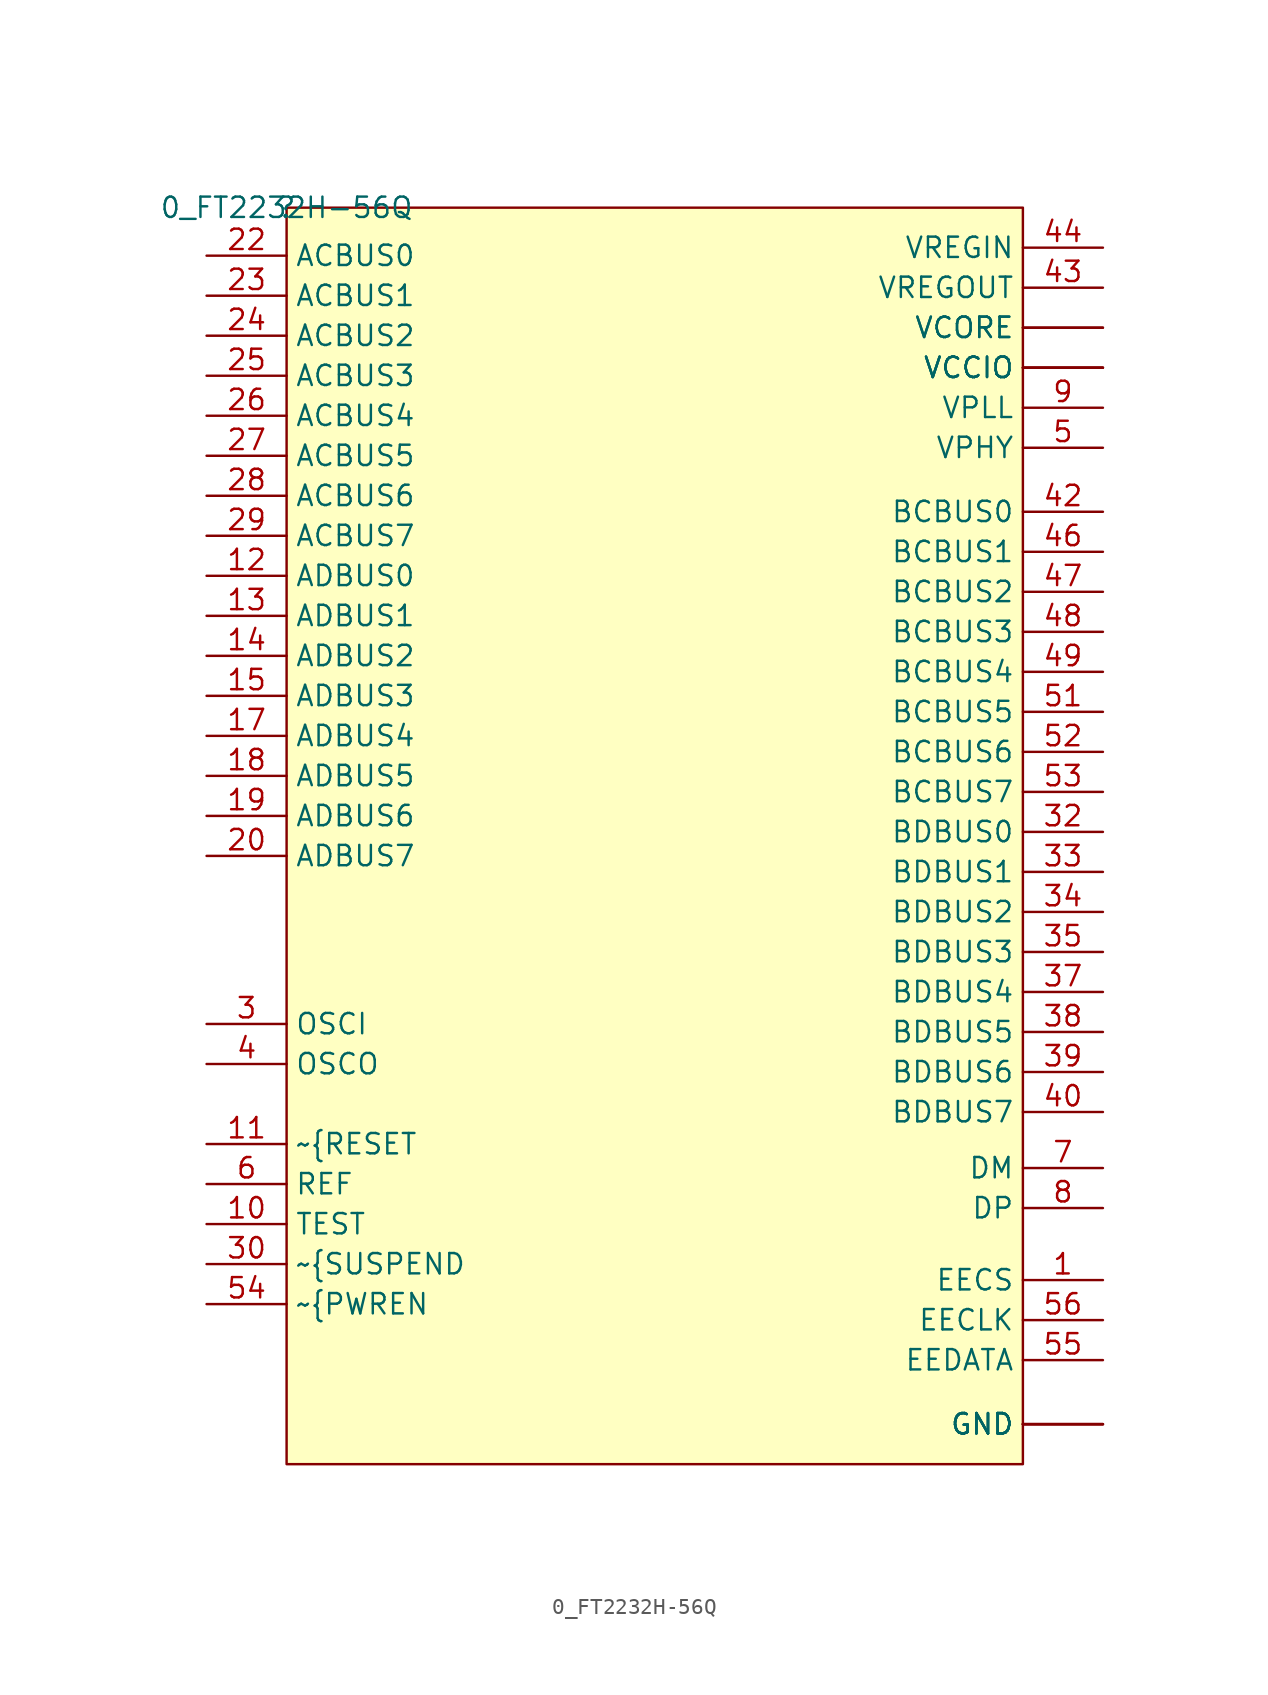
<source format=kicad_sym>
(kicad_symbol_lib
  (version 20210619)
  (generator kicad_symbol_editor)
  (symbol "e-verest-altium-import:0_FT2232H-56Q"
    (property "Reference" ""
      (at 0 0 0)
      (effects (font (size 1.27 1.27))))
    (property "Value" "0_FT2232H-56Q"
      (at 0 0 0)
      (effects (font (size 1.27 1.27))))
    (symbol "0_FT2232H-56Q_1_0"
      (rectangle (start 46 0) (end 0 -78.5) (stroke (width 0)) (fill (type background)))
      (pin passive line (at 51 -19 180) (length 5) (name "BCBUS0" (effects (font (size 1.27 1.27)))) (number "42" (effects (font (size 1.27 1.27)))))
      (pin passive line (at 51 -67 180) (length 5) (name "EECS" (effects (font (size 1.27 1.27)))) (number "1" (effects (font (size 1.27 1.27)))))
      (pin passive line (at -5 -63.5 0) (length 5) (name "TEST" (effects (font (size 1.27 1.27)))) (number "10" (effects (font (size 1.27 1.27)))))
      (pin passive line (at -5 -58.5 0) (length 5) (name "~{RESET" (effects (font (size 1.27 1.27)))) (number "11" (effects (font (size 1.27 1.27)))))
      (pin passive line (at -5 -23 0) (length 5) (name "ADBUS0" (effects (font (size 1.27 1.27)))) (number "12" (effects (font (size 1.27 1.27)))))
      (pin passive line (at -5 -25.5 0) (length 5) (name "ADBUS1" (effects (font (size 1.27 1.27)))) (number "13" (effects (font (size 1.27 1.27)))))
      (pin passive line (at -5 -28 0) (length 5) (name "ADBUS2" (effects (font (size 1.27 1.27)))) (number "14" (effects (font (size 1.27 1.27)))))
      (pin passive line (at -5 -30.5 0) (length 5) (name "ADBUS3" (effects (font (size 1.27 1.27)))) (number "15" (effects (font (size 1.27 1.27)))))
      (pin passive line (at 51 -10 180) (length 5) (name "VCCIO" (effects (font (size 1.27 1.27)))) (number "16" (effects (font (size 0 0)))))
      (pin passive line (at -5 -33 0) (length 5) (name "ADBUS4" (effects (font (size 1.27 1.27)))) (number "17" (effects (font (size 1.27 1.27)))))
      (pin passive line (at -5 -35.5 0) (length 5) (name "ADBUS5" (effects (font (size 1.27 1.27)))) (number "18" (effects (font (size 1.27 1.27)))))
      (pin passive line (at -5 -38 0) (length 5) (name "ADBUS6" (effects (font (size 1.27 1.27)))) (number "19" (effects (font (size 1.27 1.27)))))
      (pin passive line (at 51 -7.5 180) (length 5) (name "VCORE" (effects (font (size 1.27 1.27)))) (number "2" (effects (font (size 0 0)))))
      (pin passive line (at -5 -40.5 0) (length 5) (name "ADBUS7" (effects (font (size 1.27 1.27)))) (number "20" (effects (font (size 1.27 1.27)))))
      (pin passive line (at 51 -76 180) (length 5) (name "GND" (effects (font (size 1.27 1.27)))) (number "21" (effects (font (size 0 0)))))
      (pin passive line (at -5 -3 0) (length 5) (name "ACBUS0" (effects (font (size 1.27 1.27)))) (number "22" (effects (font (size 1.27 1.27)))))
      (pin passive line (at -5 -5.5 0) (length 5) (name "ACBUS1" (effects (font (size 1.27 1.27)))) (number "23" (effects (font (size 1.27 1.27)))))
      (pin passive line (at -5 -8 0) (length 5) (name "ACBUS2" (effects (font (size 1.27 1.27)))) (number "24" (effects (font (size 1.27 1.27)))))
      (pin passive line (at -5 -10.5 0) (length 5) (name "ACBUS3" (effects (font (size 1.27 1.27)))) (number "25" (effects (font (size 1.27 1.27)))))
      (pin passive line (at -5 -13 0) (length 5) (name "ACBUS4" (effects (font (size 1.27 1.27)))) (number "26" (effects (font (size 1.27 1.27)))))
      (pin passive line (at -5 -15.5 0) (length 5) (name "ACBUS5" (effects (font (size 1.27 1.27)))) (number "27" (effects (font (size 1.27 1.27)))))
      (pin passive line (at -5 -18 0) (length 5) (name "ACBUS6" (effects (font (size 1.27 1.27)))) (number "28" (effects (font (size 1.27 1.27)))))
      (pin passive line (at -5 -20.5 0) (length 5) (name "ACBUS7" (effects (font (size 1.27 1.27)))) (number "29" (effects (font (size 1.27 1.27)))))
      (pin passive line (at -5 -51 0) (length 5) (name "OSCI" (effects (font (size 1.27 1.27)))) (number "3" (effects (font (size 1.27 1.27)))))
      (pin passive line (at -5 -66 0) (length 5) (name "~{SUSPEND" (effects (font (size 1.27 1.27)))) (number "30" (effects (font (size 1.27 1.27)))))
      (pin passive line (at 51 -7.5 180) (length 5) (name "VCORE" (effects (font (size 1.27 1.27)))) (number "31" (effects (font (size 0 0)))))
      (pin passive line (at 51 -39 180) (length 5) (name "BDBUS0" (effects (font (size 1.27 1.27)))) (number "32" (effects (font (size 1.27 1.27)))))
      (pin passive line (at 51 -41.5 180) (length 5) (name "BDBUS1" (effects (font (size 1.27 1.27)))) (number "33" (effects (font (size 1.27 1.27)))))
      (pin passive line (at 51 -44 180) (length 5) (name "BDBUS2" (effects (font (size 1.27 1.27)))) (number "34" (effects (font (size 1.27 1.27)))))
      (pin passive line (at 51 -46.5 180) (length 5) (name "BDBUS3" (effects (font (size 1.27 1.27)))) (number "35" (effects (font (size 1.27 1.27)))))
      (pin passive line (at 51 -10 180) (length 5) (name "VCCIO" (effects (font (size 1.27 1.27)))) (number "36" (effects (font (size 0 0)))))
      (pin passive line (at 51 -49 180) (length 5) (name "BDBUS4" (effects (font (size 1.27 1.27)))) (number "37" (effects (font (size 1.27 1.27)))))
      (pin passive line (at 51 -51.5 180) (length 5) (name "BDBUS5" (effects (font (size 1.27 1.27)))) (number "38" (effects (font (size 1.27 1.27)))))
      (pin passive line (at 51 -54 180) (length 5) (name "BDBUS6" (effects (font (size 1.27 1.27)))) (number "39" (effects (font (size 1.27 1.27)))))
      (pin passive line (at -5 -53.5 0) (length 5) (name "OSCO" (effects (font (size 1.27 1.27)))) (number "4" (effects (font (size 1.27 1.27)))))
      (pin passive line (at 51 -56.5 180) (length 5) (name "BDBUS7" (effects (font (size 1.27 1.27)))) (number "40" (effects (font (size 1.27 1.27)))))
      (pin passive line (at 51 -76 180) (length 5) (name "GND" (effects (font (size 1.27 1.27)))) (number "41" (effects (font (size 0 0)))))
      (pin passive line (at 51 -5 180) (length 5) (name "VREGOUT" (effects (font (size 1.27 1.27)))) (number "43" (effects (font (size 1.27 1.27)))))
      (pin passive line (at 51 -2.5 180) (length 5) (name "VREGIN" (effects (font (size 1.27 1.27)))) (number "44" (effects (font (size 1.27 1.27)))))
      (pin passive line (at 51 -76 180) (length 5) (name "GND" (effects (font (size 1.27 1.27)))) (number "45" (effects (font (size 0 0)))))
      (pin passive line (at 51 -21.5 180) (length 5) (name "BCBUS1" (effects (font (size 1.27 1.27)))) (number "46" (effects (font (size 1.27 1.27)))))
      (pin passive line (at 51 -24 180) (length 5) (name "BCBUS2" (effects (font (size 1.27 1.27)))) (number "47" (effects (font (size 1.27 1.27)))))
      (pin passive line (at 51 -26.5 180) (length 5) (name "BCBUS3" (effects (font (size 1.27 1.27)))) (number "48" (effects (font (size 1.27 1.27)))))
      (pin passive line (at 51 -29 180) (length 5) (name "BCBUS4" (effects (font (size 1.27 1.27)))) (number "49" (effects (font (size 1.27 1.27)))))
      (pin passive line (at 51 -15 180) (length 5) (name "VPHY" (effects (font (size 1.27 1.27)))) (number "5" (effects (font (size 1.27 1.27)))))
      (pin passive line (at 51 -10 180) (length 5) (name "VCCIO" (effects (font (size 1.27 1.27)))) (number "50" (effects (font (size 0 0)))))
      (pin passive line (at 51 -31.5 180) (length 5) (name "BCBUS5" (effects (font (size 1.27 1.27)))) (number "51" (effects (font (size 1.27 1.27)))))
      (pin passive line (at 51 -34 180) (length 5) (name "BCBUS6" (effects (font (size 1.27 1.27)))) (number "52" (effects (font (size 1.27 1.27)))))
      (pin passive line (at 51 -36.5 180) (length 5) (name "BCBUS7" (effects (font (size 1.27 1.27)))) (number "53" (effects (font (size 1.27 1.27)))))
      (pin passive line (at -5 -68.5 0) (length 5) (name "~{PWREN" (effects (font (size 1.27 1.27)))) (number "54" (effects (font (size 1.27 1.27)))))
      (pin passive line (at 51 -72 180) (length 5) (name "EEDATA" (effects (font (size 1.27 1.27)))) (number "55" (effects (font (size 1.27 1.27)))))
      (pin passive line (at 51 -69.5 180) (length 5) (name "EECLK" (effects (font (size 1.27 1.27)))) (number "56" (effects (font (size 1.27 1.27)))))
      (pin passive line (at 51 -76 180) (length 5) (name "GND" (effects (font (size 1.27 1.27)))) (number "57" (effects (font (size 0 0)))))
      (pin passive line (at -5 -61 0) (length 5) (name "REF" (effects (font (size 1.27 1.27)))) (number "6" (effects (font (size 1.27 1.27)))))
      (pin passive line (at 51 -60 180) (length 5) (name "DM" (effects (font (size 1.27 1.27)))) (number "7" (effects (font (size 1.27 1.27)))))
      (pin passive line (at 51 -62.5 180) (length 5) (name "DP" (effects (font (size 1.27 1.27)))) (number "8" (effects (font (size 1.27 1.27)))))
      (pin passive line (at 51 -12.5 180) (length 5) (name "VPLL" (effects (font (size 1.27 1.27)))) (number "9" (effects (font (size 1.27 1.27))))))))
</source>
